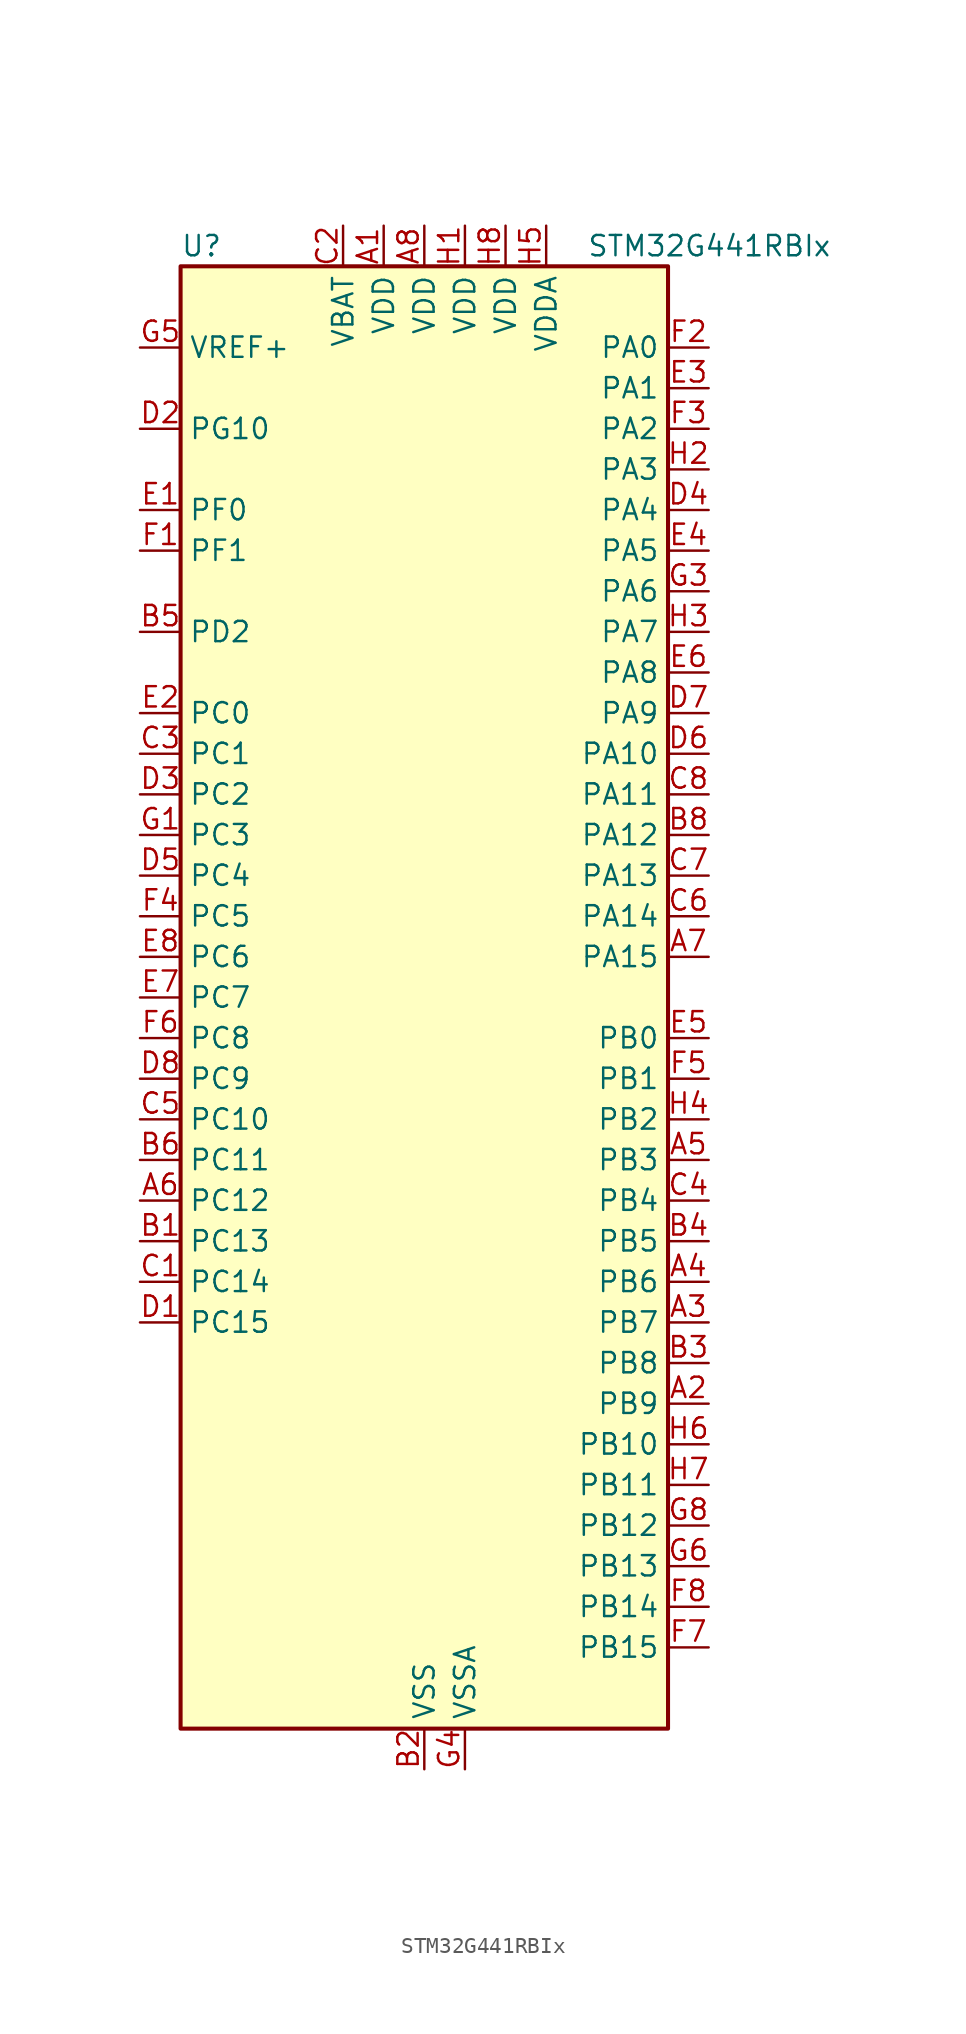
<source format=kicad_sym>
(kicad_symbol_lib
  (version 20241209)
  (generator "kicad_symbol_editor")
  (generator_version "9.0")
  (symbol "STM32G441RBIx"
    (property "Reference" "U"
      (at -15.24 46.99 0)
      (effects (font (size 1.27 1.27)) (justify left)))
    (property "Value" "STM32G441RBIx"
      (at 10.16 46.99 0)
      (effects (font (size 1.27 1.27)) (justify left)))
    (symbol "STM32G441RBIx_0_1"
      (rectangle (start -15.24 -45.72) (end 15.24 45.72) (stroke (width 0.254) (type default)) (fill (type background))))
    (symbol "STM32G441RBIx_1_1"
      (pin input line (at -17.78 40.64 0) (length 2.54) (name "VREF+" (effects (font (size 1.27 1.27)))) (number "G5" (effects (font (size 1.27 1.27)))) (alternate "VREFBUF_OUT" bidirectional line))
      (pin bidirectional line (at -17.78 35.56 0) (length 2.54) (name "PG10" (effects (font (size 1.27 1.27)))) (number "D2" (effects (font (size 1.27 1.27)))) (alternate "DAC1_EXTI10" bidirectional line) (alternate "DAC3_EXTI10" bidirectional line) (alternate "RCC_MCO" bidirectional line))
      (pin bidirectional line (at -17.78 30.48 0) (length 2.54) (name "PF0" (effects (font (size 1.27 1.27)))) (number "E1" (effects (font (size 1.27 1.27)))) (alternate "ADC1_IN10" bidirectional line) (alternate "I2C2_SDA" bidirectional line) (alternate "I2S2_WS" bidirectional line) (alternate "RCC_OSC_IN" bidirectional line) (alternate "SPI2_NSS" bidirectional line) (alternate "TIM1_CH3N" bidirectional line))
      (pin bidirectional line (at -17.78 27.94 0) (length 2.54) (name "PF1" (effects (font (size 1.27 1.27)))) (number "F1" (effects (font (size 1.27 1.27)))) (alternate "ADC2_IN10" bidirectional line) (alternate "COMP3_INM" bidirectional line) (alternate "I2S2_CK" bidirectional line) (alternate "RCC_OSC_OUT" bidirectional line) (alternate "SPI2_SCK" bidirectional line))
      (pin bidirectional line (at -17.78 22.86 0) (length 2.54) (name "PD2" (effects (font (size 1.27 1.27)))) (number "B5" (effects (font (size 1.27 1.27)))) (alternate "TIM3_ETR" bidirectional line) (alternate "TIM8_BKIN" bidirectional line))
      (pin bidirectional line (at -17.78 17.78 0) (length 2.54) (name "PC0" (effects (font (size 1.27 1.27)))) (number "E2" (effects (font (size 1.27 1.27)))) (alternate "ADC1_IN6" bidirectional line) (alternate "ADC2_IN6" bidirectional line) (alternate "COMP3_INM" bidirectional line) (alternate "LPTIM1_IN1" bidirectional line) (alternate "LPUART1_RX" bidirectional line) (alternate "TIM1_CH1" bidirectional line))
      (pin bidirectional line (at -17.78 15.24 0) (length 2.54) (name "PC1" (effects (font (size 1.27 1.27)))) (number "C3" (effects (font (size 1.27 1.27)))) (alternate "ADC1_IN7" bidirectional line) (alternate "ADC2_IN7" bidirectional line) (alternate "COMP3_INP" bidirectional line) (alternate "LPTIM1_OUT" bidirectional line) (alternate "LPUART1_TX" bidirectional line) (alternate "SAI1_SD_A" bidirectional line) (alternate "TIM1_CH2" bidirectional line))
      (pin bidirectional line (at -17.78 12.7 0) (length 2.54) (name "PC2" (effects (font (size 1.27 1.27)))) (number "D3" (effects (font (size 1.27 1.27)))) (alternate "ADC1_IN8" bidirectional line) (alternate "ADC2_IN8" bidirectional line) (alternate "COMP3_OUT" bidirectional line) (alternate "LPTIM1_IN2" bidirectional line) (alternate "TIM1_CH3" bidirectional line))
      (pin bidirectional line (at -17.78 10.16 0) (length 2.54) (name "PC3" (effects (font (size 1.27 1.27)))) (number "G1" (effects (font (size 1.27 1.27)))) (alternate "ADC1_IN9" bidirectional line) (alternate "ADC2_IN9" bidirectional line) (alternate "LPTIM1_ETR" bidirectional line) (alternate "SAI1_D1" bidirectional line) (alternate "SAI1_SD_A" bidirectional line) (alternate "TIM1_BKIN2" bidirectional line) (alternate "TIM1_CH4" bidirectional line))
      (pin bidirectional line (at -17.78 7.62 0) (length 2.54) (name "PC4" (effects (font (size 1.27 1.27)))) (number "D5" (effects (font (size 1.27 1.27)))) (alternate "ADC2_IN5" bidirectional line) (alternate "I2C2_SCL" bidirectional line) (alternate "TIM1_ETR" bidirectional line) (alternate "USART1_TX" bidirectional line))
      (pin bidirectional line (at -17.78 5.08 0) (length 2.54) (name "PC5" (effects (font (size 1.27 1.27)))) (number "F4" (effects (font (size 1.27 1.27)))) (alternate "ADC2_IN11" bidirectional line) (alternate "OPAMP1_VINM" bidirectional line) (alternate "OPAMP1_VINM1" bidirectional line) (alternate "OPAMP1_VINM_SEC" bidirectional line) (alternate "OPAMP2_VINM" bidirectional line) (alternate "OPAMP2_VINM1" bidirectional line) (alternate "OPAMP2_VINM_SEC" bidirectional line) (alternate "SAI1_D3" bidirectional line) (alternate "SYS_WKUP5" bidirectional line) (alternate "TIM15_BKIN" bidirectional line) (alternate "TIM1_CH4N" bidirectional line) (alternate "USART1_RX" bidirectional line))
      (pin bidirectional line (at -17.78 2.54 0) (length 2.54) (name "PC6" (effects (font (size 1.27 1.27)))) (number "E8" (effects (font (size 1.27 1.27)))) (alternate "I2S2_MCK" bidirectional line) (alternate "TIM3_CH1" bidirectional line) (alternate "TIM8_CH1" bidirectional line))
      (pin bidirectional line (at -17.78 0 0) (length 2.54) (name "PC7" (effects (font (size 1.27 1.27)))) (number "E7" (effects (font (size 1.27 1.27)))) (alternate "I2S3_MCK" bidirectional line) (alternate "TIM3_CH2" bidirectional line) (alternate "TIM8_CH2" bidirectional line))
      (pin bidirectional line (at -17.78 -2.54 0) (length 2.54) (name "PC8" (effects (font (size 1.27 1.27)))) (number "F6" (effects (font (size 1.27 1.27)))) (alternate "I2C3_SCL" bidirectional line) (alternate "TIM3_CH3" bidirectional line) (alternate "TIM8_CH3" bidirectional line))
      (pin bidirectional line (at -17.78 -5.08 0) (length 2.54) (name "PC9" (effects (font (size 1.27 1.27)))) (number "D8" (effects (font (size 1.27 1.27)))) (alternate "DAC1_EXTI9" bidirectional line) (alternate "DAC3_EXTI9" bidirectional line) (alternate "I2C3_SDA" bidirectional line) (alternate "I2S_CKIN" bidirectional line) (alternate "TIM3_CH4" bidirectional line) (alternate "TIM8_BKIN2" bidirectional line) (alternate "TIM8_CH4" bidirectional line))
      (pin bidirectional line (at -17.78 -7.62 0) (length 2.54) (name "PC10" (effects (font (size 1.27 1.27)))) (number "C5" (effects (font (size 1.27 1.27)))) (alternate "DAC1_EXTI10" bidirectional line) (alternate "DAC3_EXTI10" bidirectional line) (alternate "I2S3_CK" bidirectional line) (alternate "SPI3_SCK" bidirectional line) (alternate "TIM8_CH1N" bidirectional line) (alternate "UART4_TX" bidirectional line) (alternate "USART3_TX" bidirectional line))
      (pin bidirectional line (at -17.78 -10.16 0) (length 2.54) (name "PC11" (effects (font (size 1.27 1.27)))) (number "B6" (effects (font (size 1.27 1.27)))) (alternate "ADC1_EXTI11" bidirectional line) (alternate "ADC2_EXTI11" bidirectional line) (alternate "I2C3_SDA" bidirectional line) (alternate "SPI3_MISO" bidirectional line) (alternate "TIM8_CH2N" bidirectional line) (alternate "UART4_RX" bidirectional line) (alternate "USART3_RX" bidirectional line))
      (pin bidirectional line (at -17.78 -12.7 0) (length 2.54) (name "PC12" (effects (font (size 1.27 1.27)))) (number "A6" (effects (font (size 1.27 1.27)))) (alternate "I2S3_SD" bidirectional line) (alternate "SPI3_MOSI" bidirectional line) (alternate "TIM8_CH3N" bidirectional line) (alternate "UCPD1_FRSTX1" bidirectional line) (alternate "UCPD1_FRSTX2" bidirectional line) (alternate "USART3_CK" bidirectional line))
      (pin bidirectional line (at -17.78 -15.24 0) (length 2.54) (name "PC13" (effects (font (size 1.27 1.27)))) (number "B1" (effects (font (size 1.27 1.27)))) (alternate "RTC_OUT1" bidirectional line) (alternate "RTC_TAMP1" bidirectional line) (alternate "RTC_TS" bidirectional line) (alternate "SYS_WKUP2" bidirectional line) (alternate "TIM1_BKIN" bidirectional line) (alternate "TIM1_CH1N" bidirectional line) (alternate "TIM8_CH4N" bidirectional line))
      (pin bidirectional line (at -17.78 -17.78 0) (length 2.54) (name "PC14" (effects (font (size 1.27 1.27)))) (number "C1" (effects (font (size 1.27 1.27)))) (alternate "RCC_OSC32_IN" bidirectional line))
      (pin bidirectional line (at -17.78 -20.32 0) (length 2.54) (name "PC15" (effects (font (size 1.27 1.27)))) (number "D1" (effects (font (size 1.27 1.27)))) (alternate "ADC1_EXTI15" bidirectional line) (alternate "ADC2_EXTI15" bidirectional line) (alternate "RCC_OSC32_OUT" bidirectional line))
      (pin power_in line (at -5.08 48.26 270) (length 2.54) (name "VBAT" (effects (font (size 1.27 1.27)))) (number "C2" (effects (font (size 1.27 1.27)))))
      (pin power_in line (at -2.54 48.26 270) (length 2.54) (name "VDD" (effects (font (size 1.27 1.27)))) (number "A1" (effects (font (size 1.27 1.27)))))
      (pin power_in line (at 0 48.26 270) (length 2.54) (name "VDD" (effects (font (size 1.27 1.27)))) (number "A8" (effects (font (size 1.27 1.27)))))
      (pin power_in line (at 0 -48.26 90) (length 2.54) (name "VSS" (effects (font (size 1.27 1.27)))) (number "B2" (effects (font (size 1.27 1.27)))))
      (pin passive line (at 0 -48.26 90) (length 2.54) (hide yes) (name "VSS" (effects (font (size 1.27 1.27)))) (number "B7" (effects (font (size 1.27 1.27)))))
      (pin passive line (at 0 -48.26 90) (length 2.54) (hide yes) (name "VSS" (effects (font (size 1.27 1.27)))) (number "G2" (effects (font (size 1.27 1.27)))))
      (pin passive line (at 0 -48.26 90) (length 2.54) (hide yes) (name "VSS" (effects (font (size 1.27 1.27)))) (number "G7" (effects (font (size 1.27 1.27)))))
      (pin power_in line (at 2.54 48.26 270) (length 2.54) (name "VDD" (effects (font (size 1.27 1.27)))) (number "H1" (effects (font (size 1.27 1.27)))))
      (pin power_in line (at 2.54 -48.26 90) (length 2.54) (name "VSSA" (effects (font (size 1.27 1.27)))) (number "G4" (effects (font (size 1.27 1.27)))))
      (pin power_in line (at 5.08 48.26 270) (length 2.54) (name "VDD" (effects (font (size 1.27 1.27)))) (number "H8" (effects (font (size 1.27 1.27)))))
      (pin power_in line (at 7.62 48.26 270) (length 2.54) (name "VDDA" (effects (font (size 1.27 1.27)))) (number "H5" (effects (font (size 1.27 1.27)))))
      (pin bidirectional line (at 17.78 40.64 180) (length 2.54) (name "PA0" (effects (font (size 1.27 1.27)))) (number "F2" (effects (font (size 1.27 1.27)))) (alternate "ADC1_IN1" bidirectional line) (alternate "ADC2_IN1" bidirectional line) (alternate "COMP1_INM" bidirectional line) (alternate "COMP1_OUT" bidirectional line) (alternate "COMP3_INP" bidirectional line) (alternate "RTC_TAMP2" bidirectional line) (alternate "SYS_WKUP1" bidirectional line) (alternate "TIM2_CH1" bidirectional line) (alternate "TIM2_ETR" bidirectional line) (alternate "TIM8_BKIN" bidirectional line) (alternate "TIM8_ETR" bidirectional line) (alternate "USART2_CTS" bidirectional line) (alternate "USART2_NSS" bidirectional line))
      (pin bidirectional line (at 17.78 38.1 180) (length 2.54) (name "PA1" (effects (font (size 1.27 1.27)))) (number "E3" (effects (font (size 1.27 1.27)))) (alternate "ADC1_IN2" bidirectional line) (alternate "ADC2_IN2" bidirectional line) (alternate "COMP1_INP" bidirectional line) (alternate "OPAMP1_VINP" bidirectional line) (alternate "OPAMP1_VINP_SEC" bidirectional line) (alternate "OPAMP3_VINP" bidirectional line) (alternate "OPAMP3_VINP_SEC" bidirectional line) (alternate "RTC_REFIN" bidirectional line) (alternate "TIM15_CH1N" bidirectional line) (alternate "TIM2_CH2" bidirectional line) (alternate "USART2_DE" bidirectional line) (alternate "USART2_RTS" bidirectional line))
      (pin bidirectional line (at 17.78 35.56 180) (length 2.54) (name "PA2" (effects (font (size 1.27 1.27)))) (number "F3" (effects (font (size 1.27 1.27)))) (alternate "ADC1_IN3" bidirectional line) (alternate "COMP2_INM" bidirectional line) (alternate "COMP2_OUT" bidirectional line) (alternate "LPUART1_TX" bidirectional line) (alternate "OPAMP1_VOUT" bidirectional line) (alternate "RCC_LSCO" bidirectional line) (alternate "SYS_WKUP4" bidirectional line) (alternate "TIM15_CH1" bidirectional line) (alternate "TIM2_CH3" bidirectional line) (alternate "UCPD1_FRSTX1" bidirectional line) (alternate "UCPD1_FRSTX2" bidirectional line) (alternate "USART2_TX" bidirectional line))
      (pin bidirectional line (at 17.78 33.02 180) (length 2.54) (name "PA3" (effects (font (size 1.27 1.27)))) (number "H2" (effects (font (size 1.27 1.27)))) (alternate "ADC1_IN4" bidirectional line) (alternate "COMP2_INP" bidirectional line) (alternate "LPUART1_RX" bidirectional line) (alternate "OPAMP1_VINM" bidirectional line) (alternate "OPAMP1_VINM0" bidirectional line) (alternate "OPAMP1_VINM_SEC" bidirectional line) (alternate "OPAMP1_VINP" bidirectional line) (alternate "OPAMP1_VINP_SEC" bidirectional line) (alternate "SAI1_CK1" bidirectional line) (alternate "SAI1_MCLK_A" bidirectional line) (alternate "TIM15_CH2" bidirectional line) (alternate "TIM2_CH4" bidirectional line) (alternate "USART2_RX" bidirectional line))
      (pin bidirectional line (at 17.78 30.48 180) (length 2.54) (name "PA4" (effects (font (size 1.27 1.27)))) (number "D4" (effects (font (size 1.27 1.27)))) (alternate "ADC2_IN17" bidirectional line) (alternate "COMP1_INM" bidirectional line) (alternate "DAC1_OUT1" bidirectional line) (alternate "I2S3_WS" bidirectional line) (alternate "SAI1_FS_B" bidirectional line) (alternate "SPI1_NSS" bidirectional line) (alternate "SPI3_NSS" bidirectional line) (alternate "TIM3_CH2" bidirectional line) (alternate "USART2_CK" bidirectional line))
      (pin bidirectional line (at 17.78 27.94 180) (length 2.54) (name "PA5" (effects (font (size 1.27 1.27)))) (number "E4" (effects (font (size 1.27 1.27)))) (alternate "ADC2_IN13" bidirectional line) (alternate "COMP2_INM" bidirectional line) (alternate "DAC1_OUT2" bidirectional line) (alternate "OPAMP2_VINM" bidirectional line) (alternate "OPAMP2_VINM0" bidirectional line) (alternate "OPAMP2_VINM_SEC" bidirectional line) (alternate "SPI1_SCK" bidirectional line) (alternate "TIM2_CH1" bidirectional line) (alternate "TIM2_ETR" bidirectional line) (alternate "UCPD1_FRSTX1" bidirectional line) (alternate "UCPD1_FRSTX2" bidirectional line))
      (pin bidirectional line (at 17.78 25.4 180) (length 2.54) (name "PA6" (effects (font (size 1.27 1.27)))) (number "G3" (effects (font (size 1.27 1.27)))) (alternate "ADC2_IN3" bidirectional line) (alternate "COMP1_OUT" bidirectional line) (alternate "LPUART1_CTS" bidirectional line) (alternate "OPAMP2_VOUT" bidirectional line) (alternate "SPI1_MISO" bidirectional line) (alternate "TIM16_CH1" bidirectional line) (alternate "TIM1_BKIN" bidirectional line) (alternate "TIM3_CH1" bidirectional line) (alternate "TIM8_BKIN" bidirectional line))
      (pin bidirectional line (at 17.78 22.86 180) (length 2.54) (name "PA7" (effects (font (size 1.27 1.27)))) (number "H3" (effects (font (size 1.27 1.27)))) (alternate "ADC2_IN4" bidirectional line) (alternate "COMP2_INP" bidirectional line) (alternate "COMP2_OUT" bidirectional line) (alternate "OPAMP1_VINP" bidirectional line) (alternate "OPAMP1_VINP_SEC" bidirectional line) (alternate "OPAMP2_VINP" bidirectional line) (alternate "OPAMP2_VINP_SEC" bidirectional line) (alternate "SPI1_MOSI" bidirectional line) (alternate "TIM17_CH1" bidirectional line) (alternate "TIM1_CH1N" bidirectional line) (alternate "TIM3_CH2" bidirectional line) (alternate "TIM8_CH1N" bidirectional line) (alternate "UCPD1_FRSTX1" bidirectional line) (alternate "UCPD1_FRSTX2" bidirectional line))
      (pin bidirectional line (at 17.78 20.32 180) (length 2.54) (name "PA8" (effects (font (size 1.27 1.27)))) (number "E6" (effects (font (size 1.27 1.27)))) (alternate "I2C2_SDA" bidirectional line) (alternate "I2C3_SCL" bidirectional line) (alternate "I2S2_MCK" bidirectional line) (alternate "RCC_MCO" bidirectional line) (alternate "SAI1_CK2" bidirectional line) (alternate "SAI1_SCK_A" bidirectional line) (alternate "TIM1_CH1" bidirectional line) (alternate "TIM4_ETR" bidirectional line) (alternate "USART1_CK" bidirectional line))
      (pin bidirectional line (at 17.78 17.78 180) (length 2.54) (name "PA9" (effects (font (size 1.27 1.27)))) (number "D7" (effects (font (size 1.27 1.27)))) (alternate "DAC1_EXTI9" bidirectional line) (alternate "DAC3_EXTI9" bidirectional line) (alternate "I2C2_SCL" bidirectional line) (alternate "I2C3_SMBA" bidirectional line) (alternate "I2S3_MCK" bidirectional line) (alternate "SAI1_FS_A" bidirectional line) (alternate "TIM15_BKIN" bidirectional line) (alternate "TIM1_CH2" bidirectional line) (alternate "TIM2_CH3" bidirectional line) (alternate "UCPD1_DBCC1" bidirectional line) (alternate "USART1_TX" bidirectional line))
      (pin bidirectional line (at 17.78 15.24 180) (length 2.54) (name "PA10" (effects (font (size 1.27 1.27)))) (number "D6" (effects (font (size 1.27 1.27)))) (alternate "CRS_SYNC" bidirectional line) (alternate "DAC1_EXTI10" bidirectional line) (alternate "DAC3_EXTI10" bidirectional line) (alternate "I2C2_SMBA" bidirectional line) (alternate "SAI1_D1" bidirectional line) (alternate "SAI1_SD_A" bidirectional line) (alternate "SPI2_MISO" bidirectional line) (alternate "TIM17_BKIN" bidirectional line) (alternate "TIM1_CH3" bidirectional line) (alternate "TIM2_CH4" bidirectional line) (alternate "TIM8_BKIN" bidirectional line) (alternate "UCPD1_DBCC2" bidirectional line) (alternate "USART1_RX" bidirectional line))
      (pin bidirectional line (at 17.78 12.7 180) (length 2.54) (name "PA11" (effects (font (size 1.27 1.27)))) (number "C8" (effects (font (size 1.27 1.27)))) (alternate "ADC1_EXTI11" bidirectional line) (alternate "ADC2_EXTI11" bidirectional line) (alternate "COMP1_OUT" bidirectional line) (alternate "FDCAN1_RX" bidirectional line) (alternate "I2S2_SD" bidirectional line) (alternate "SPI2_MOSI" bidirectional line) (alternate "TIM1_BKIN2" bidirectional line) (alternate "TIM1_CH1N" bidirectional line) (alternate "TIM1_CH4" bidirectional line) (alternate "TIM4_CH1" bidirectional line) (alternate "USART1_CTS" bidirectional line) (alternate "USART1_NSS" bidirectional line) (alternate "USB_DM" bidirectional line))
      (pin bidirectional line (at 17.78 10.16 180) (length 2.54) (name "PA12" (effects (font (size 1.27 1.27)))) (number "B8" (effects (font (size 1.27 1.27)))) (alternate "COMP2_OUT" bidirectional line) (alternate "FDCAN1_TX" bidirectional line) (alternate "I2S_CKIN" bidirectional line) (alternate "TIM16_CH1" bidirectional line) (alternate "TIM1_CH2N" bidirectional line) (alternate "TIM1_ETR" bidirectional line) (alternate "TIM4_CH2" bidirectional line) (alternate "USART1_DE" bidirectional line) (alternate "USART1_RTS" bidirectional line) (alternate "USB_DP" bidirectional line))
      (pin bidirectional line (at 17.78 7.62 180) (length 2.54) (name "PA13" (effects (font (size 1.27 1.27)))) (number "C7" (effects (font (size 1.27 1.27)))) (alternate "I2C1_SCL" bidirectional line) (alternate "IR_OUT" bidirectional line) (alternate "SAI1_SD_B" bidirectional line) (alternate "SYS_JTMS-SWDIO" bidirectional line) (alternate "TIM16_CH1N" bidirectional line) (alternate "TIM4_CH3" bidirectional line) (alternate "USART3_CTS" bidirectional line) (alternate "USART3_NSS" bidirectional line))
      (pin bidirectional line (at 17.78 5.08 180) (length 2.54) (name "PA14" (effects (font (size 1.27 1.27)))) (number "C6" (effects (font (size 1.27 1.27)))) (alternate "I2C1_SDA" bidirectional line) (alternate "LPTIM1_OUT" bidirectional line) (alternate "SAI1_FS_B" bidirectional line) (alternate "SYS_JTCK-SWCLK" bidirectional line) (alternate "TIM1_BKIN" bidirectional line) (alternate "TIM8_CH2" bidirectional line) (alternate "USART2_TX" bidirectional line))
      (pin bidirectional line (at 17.78 2.54 180) (length 2.54) (name "PA15" (effects (font (size 1.27 1.27)))) (number "A7" (effects (font (size 1.27 1.27)))) (alternate "ADC1_EXTI15" bidirectional line) (alternate "ADC2_EXTI15" bidirectional line) (alternate "I2C1_SCL" bidirectional line) (alternate "I2S3_WS" bidirectional line) (alternate "SPI1_NSS" bidirectional line) (alternate "SPI3_NSS" bidirectional line) (alternate "SYS_JTDI" bidirectional line) (alternate "TIM1_BKIN" bidirectional line) (alternate "TIM2_CH1" bidirectional line) (alternate "TIM2_ETR" bidirectional line) (alternate "TIM8_CH1" bidirectional line) (alternate "UART4_DE" bidirectional line) (alternate "UART4_RTS" bidirectional line) (alternate "USART2_RX" bidirectional line))
      (pin bidirectional line (at 17.78 -2.54 180) (length 2.54) (name "PB0" (effects (font (size 1.27 1.27)))) (number "E5" (effects (font (size 1.27 1.27)))) (alternate "ADC1_IN15" bidirectional line) (alternate "COMP4_INP" bidirectional line) (alternate "OPAMP2_VINP" bidirectional line) (alternate "OPAMP2_VINP_SEC" bidirectional line) (alternate "OPAMP3_VINP" bidirectional line) (alternate "OPAMP3_VINP_SEC" bidirectional line) (alternate "TIM1_CH2N" bidirectional line) (alternate "TIM3_CH3" bidirectional line) (alternate "TIM8_CH2N" bidirectional line) (alternate "UCPD1_FRSTX1" bidirectional line) (alternate "UCPD1_FRSTX2" bidirectional line))
      (pin bidirectional line (at 17.78 -5.08 180) (length 2.54) (name "PB1" (effects (font (size 1.27 1.27)))) (number "F5" (effects (font (size 1.27 1.27)))) (alternate "ADC1_IN12" bidirectional line) (alternate "COMP1_INP" bidirectional line) (alternate "COMP4_OUT" bidirectional line) (alternate "LPUART1_DE" bidirectional line) (alternate "LPUART1_RTS" bidirectional line) (alternate "OPAMP3_VOUT" bidirectional line) (alternate "TIM1_CH3N" bidirectional line) (alternate "TIM3_CH4" bidirectional line) (alternate "TIM8_CH3N" bidirectional line))
      (pin bidirectional line (at 17.78 -7.62 180) (length 2.54) (name "PB2" (effects (font (size 1.27 1.27)))) (number "H4" (effects (font (size 1.27 1.27)))) (alternate "ADC2_IN12" bidirectional line) (alternate "COMP4_INM" bidirectional line) (alternate "I2C3_SMBA" bidirectional line) (alternate "LPTIM1_OUT" bidirectional line) (alternate "OPAMP3_VINM" bidirectional line) (alternate "OPAMP3_VINM0" bidirectional line) (alternate "OPAMP3_VINM_SEC" bidirectional line) (alternate "RTC_OUT2" bidirectional line))
      (pin bidirectional line (at 17.78 -10.16 180) (length 2.54) (name "PB3" (effects (font (size 1.27 1.27)))) (number "A5" (effects (font (size 1.27 1.27)))) (alternate "CRS_SYNC" bidirectional line) (alternate "I2S3_CK" bidirectional line) (alternate "SAI1_SCK_B" bidirectional line) (alternate "SPI1_SCK" bidirectional line) (alternate "SPI3_SCK" bidirectional line) (alternate "SYS_JTDO-SWO" bidirectional line) (alternate "TIM2_CH2" bidirectional line) (alternate "TIM3_ETR" bidirectional line) (alternate "TIM4_ETR" bidirectional line) (alternate "TIM8_CH1N" bidirectional line) (alternate "USART2_TX" bidirectional line))
      (pin bidirectional line (at 17.78 -12.7 180) (length 2.54) (name "PB4" (effects (font (size 1.27 1.27)))) (number "C4" (effects (font (size 1.27 1.27)))) (alternate "SAI1_MCLK_B" bidirectional line) (alternate "SPI1_MISO" bidirectional line) (alternate "SPI3_MISO" bidirectional line) (alternate "SYS_JTRST" bidirectional line) (alternate "TIM16_CH1" bidirectional line) (alternate "TIM17_BKIN" bidirectional line) (alternate "TIM3_CH1" bidirectional line) (alternate "TIM8_CH2N" bidirectional line) (alternate "UCPD1_CC2" bidirectional line) (alternate "USART2_RX" bidirectional line))
      (pin bidirectional line (at 17.78 -15.24 180) (length 2.54) (name "PB5" (effects (font (size 1.27 1.27)))) (number "B4" (effects (font (size 1.27 1.27)))) (alternate "I2C1_SMBA" bidirectional line) (alternate "I2C3_SDA" bidirectional line) (alternate "I2S3_SD" bidirectional line) (alternate "LPTIM1_IN1" bidirectional line) (alternate "SAI1_SD_B" bidirectional line) (alternate "SPI1_MOSI" bidirectional line) (alternate "SPI3_MOSI" bidirectional line) (alternate "TIM16_BKIN" bidirectional line) (alternate "TIM17_CH1" bidirectional line) (alternate "TIM3_CH2" bidirectional line) (alternate "TIM8_CH3N" bidirectional line) (alternate "USART2_CK" bidirectional line))
      (pin bidirectional line (at 17.78 -17.78 180) (length 2.54) (name "PB6" (effects (font (size 1.27 1.27)))) (number "A4" (effects (font (size 1.27 1.27)))) (alternate "COMP4_OUT" bidirectional line) (alternate "LPTIM1_ETR" bidirectional line) (alternate "SAI1_FS_B" bidirectional line) (alternate "TIM16_CH1N" bidirectional line) (alternate "TIM4_CH1" bidirectional line) (alternate "TIM8_BKIN2" bidirectional line) (alternate "TIM8_CH1" bidirectional line) (alternate "TIM8_ETR" bidirectional line) (alternate "UCPD1_CC1" bidirectional line) (alternate "USART1_TX" bidirectional line))
      (pin bidirectional line (at 17.78 -20.32 180) (length 2.54) (name "PB7" (effects (font (size 1.27 1.27)))) (number "A3" (effects (font (size 1.27 1.27)))) (alternate "COMP3_OUT" bidirectional line) (alternate "I2C1_SDA" bidirectional line) (alternate "LPTIM1_IN2" bidirectional line) (alternate "SYS_PVD_IN" bidirectional line) (alternate "TIM17_CH1N" bidirectional line) (alternate "TIM3_CH4" bidirectional line) (alternate "TIM4_CH2" bidirectional line) (alternate "TIM8_BKIN" bidirectional line) (alternate "UART4_CTS" bidirectional line) (alternate "USART1_RX" bidirectional line))
      (pin bidirectional line (at 17.78 -22.86 180) (length 2.54) (name "PB8" (effects (font (size 1.27 1.27)))) (number "B3" (effects (font (size 1.27 1.27)))) (alternate "COMP1_OUT" bidirectional line) (alternate "FDCAN1_RX" bidirectional line) (alternate "I2C1_SCL" bidirectional line) (alternate "SAI1_CK1" bidirectional line) (alternate "SAI1_MCLK_A" bidirectional line) (alternate "TIM16_CH1" bidirectional line) (alternate "TIM1_BKIN" bidirectional line) (alternate "TIM4_CH3" bidirectional line) (alternate "TIM8_CH2" bidirectional line) (alternate "USART3_RX" bidirectional line))
      (pin bidirectional line (at 17.78 -25.4 180) (length 2.54) (name "PB9" (effects (font (size 1.27 1.27)))) (number "A2" (effects (font (size 1.27 1.27)))) (alternate "COMP2_OUT" bidirectional line) (alternate "DAC1_EXTI9" bidirectional line) (alternate "DAC3_EXTI9" bidirectional line) (alternate "FDCAN1_TX" bidirectional line) (alternate "I2C1_SDA" bidirectional line) (alternate "IR_OUT" bidirectional line) (alternate "SAI1_D2" bidirectional line) (alternate "SAI1_FS_A" bidirectional line) (alternate "TIM17_CH1" bidirectional line) (alternate "TIM1_CH3N" bidirectional line) (alternate "TIM4_CH4" bidirectional line) (alternate "TIM8_CH3" bidirectional line) (alternate "USART3_TX" bidirectional line))
      (pin bidirectional line (at 17.78 -27.94 180) (length 2.54) (name "PB10" (effects (font (size 1.27 1.27)))) (number "H6" (effects (font (size 1.27 1.27)))) (alternate "DAC1_EXTI10" bidirectional line) (alternate "DAC3_EXTI10" bidirectional line) (alternate "LPUART1_RX" bidirectional line) (alternate "OPAMP3_VINM" bidirectional line) (alternate "OPAMP3_VINM1" bidirectional line) (alternate "OPAMP3_VINM_SEC" bidirectional line) (alternate "SAI1_SCK_A" bidirectional line) (alternate "TIM1_BKIN" bidirectional line) (alternate "TIM2_CH3" bidirectional line) (alternate "USART3_TX" bidirectional line))
      (pin bidirectional line (at 17.78 -30.48 180) (length 2.54) (name "PB11" (effects (font (size 1.27 1.27)))) (number "H7" (effects (font (size 1.27 1.27)))) (alternate "ADC1_EXTI11" bidirectional line) (alternate "ADC1_IN14" bidirectional line) (alternate "ADC2_EXTI11" bidirectional line) (alternate "ADC2_IN14" bidirectional line) (alternate "LPUART1_TX" bidirectional line) (alternate "TIM2_CH4" bidirectional line) (alternate "USART3_RX" bidirectional line))
      (pin bidirectional line (at 17.78 -33.02 180) (length 2.54) (name "PB12" (effects (font (size 1.27 1.27)))) (number "G8" (effects (font (size 1.27 1.27)))) (alternate "ADC1_IN11" bidirectional line) (alternate "I2C2_SMBA" bidirectional line) (alternate "I2S2_WS" bidirectional line) (alternate "LPUART1_DE" bidirectional line) (alternate "LPUART1_RTS" bidirectional line) (alternate "SPI2_NSS" bidirectional line) (alternate "TIM1_BKIN" bidirectional line) (alternate "USART3_CK" bidirectional line))
      (pin bidirectional line (at 17.78 -35.56 180) (length 2.54) (name "PB13" (effects (font (size 1.27 1.27)))) (number "G6" (effects (font (size 1.27 1.27)))) (alternate "I2S2_CK" bidirectional line) (alternate "LPUART1_CTS" bidirectional line) (alternate "OPAMP3_VINP" bidirectional line) (alternate "OPAMP3_VINP_SEC" bidirectional line) (alternate "SPI2_SCK" bidirectional line) (alternate "TIM1_CH1N" bidirectional line) (alternate "USART3_CTS" bidirectional line) (alternate "USART3_NSS" bidirectional line))
      (pin bidirectional line (at 17.78 -38.1 180) (length 2.54) (name "PB14" (effects (font (size 1.27 1.27)))) (number "F8" (effects (font (size 1.27 1.27)))) (alternate "ADC1_IN5" bidirectional line) (alternate "COMP4_OUT" bidirectional line) (alternate "OPAMP2_VINP" bidirectional line) (alternate "OPAMP2_VINP_SEC" bidirectional line) (alternate "SPI2_MISO" bidirectional line) (alternate "TIM15_CH1" bidirectional line) (alternate "TIM1_CH2N" bidirectional line) (alternate "USART3_DE" bidirectional line) (alternate "USART3_RTS" bidirectional line))
      (pin bidirectional line (at 17.78 -40.64 180) (length 2.54) (name "PB15" (effects (font (size 1.27 1.27)))) (number "F7" (effects (font (size 1.27 1.27)))) (alternate "ADC1_EXTI15" bidirectional line) (alternate "ADC2_EXTI15" bidirectional line) (alternate "ADC2_IN15" bidirectional line) (alternate "COMP3_OUT" bidirectional line) (alternate "I2S2_SD" bidirectional line) (alternate "RTC_REFIN" bidirectional line) (alternate "SPI2_MOSI" bidirectional line) (alternate "TIM15_CH1N" bidirectional line) (alternate "TIM15_CH2" bidirectional line) (alternate "TIM1_CH3N" bidirectional line)))))
</source>
